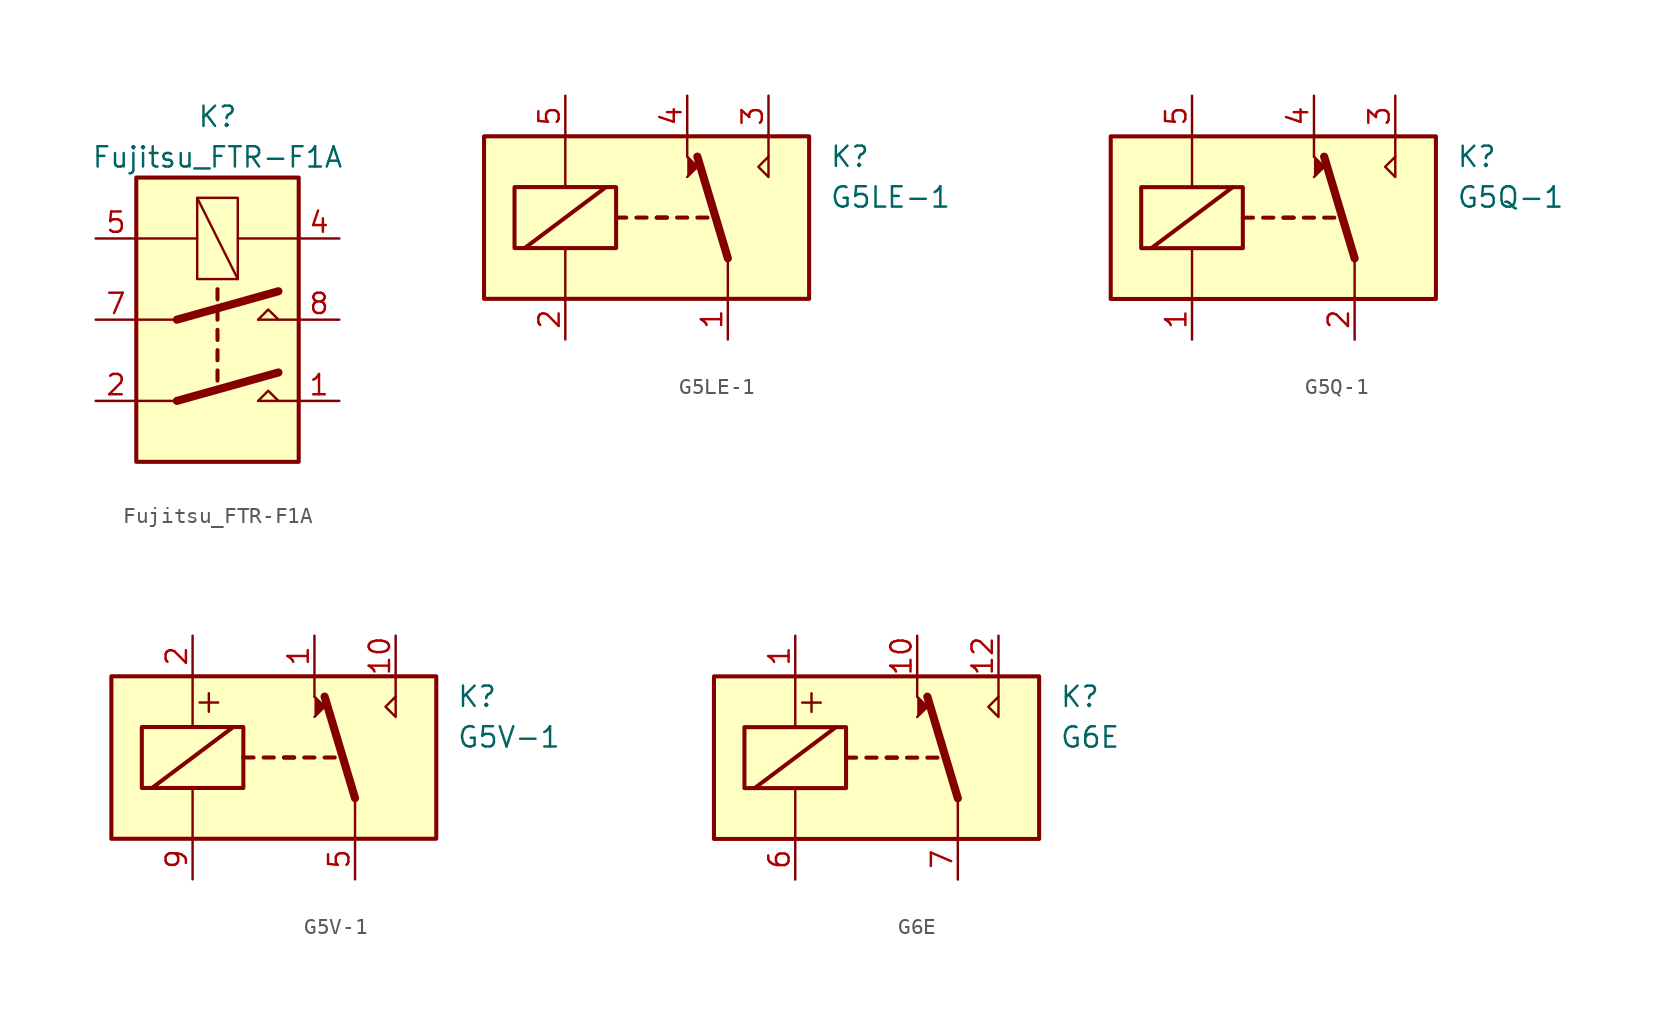
<source format=kicad_sym>
(kicad_symbol_lib
  (version 20201005)
  (generator kicad_symbol_editor)
  (symbol "Fujitsu_FTR-F1A"
    (property "Reference" "K"
      (at 0 12.7 0)
      (effects (font (size 1.27 1.27))))
    (property "Value" "Fujitsu_FTR-F1A"
      (at 0 10.16 0)
      (effects (font (size 1.27 1.27))))
    (symbol "Fujitsu_FTR-F1A_0_1"
      (rectangle (start -1.27 7.62) (end 1.27 2.54) (stroke (width 0)) (fill (type none)))
      (polyline (pts (xy -1.27 7.62) (xy 1.27 2.54)) (stroke (width 0)) (fill (type none))))
    (symbol "Fujitsu_FTR-F1A_1_1"
      (rectangle (start 5.08 8.89) (end -5.08 -8.89) (stroke (width 0.254)) (fill (type background)))
      (polyline (pts (xy -2.54 -5.08) (xy -5.08 -5.08)) (stroke (width 0)) (fill (type none)))
      (polyline (pts (xy -2.54 -5.08) (xy 3.81 -3.302)) (stroke (width 0.508)) (fill (type none)))
      (polyline (pts (xy -2.54 0) (xy -5.08 0)) (stroke (width 0)) (fill (type none)))
      (polyline (pts (xy -2.54 0) (xy 3.81 1.778)) (stroke (width 0.508)) (fill (type none)))
      (polyline (pts (xy 0 -3.175) (xy 0 -3.81)) (stroke (width 0.254)) (fill (type none)))
      (polyline (pts (xy 0 -1.905) (xy 0 -2.54)) (stroke (width 0.254)) (fill (type none)))
      (polyline (pts (xy 0 -0.635) (xy 0 -1.27)) (stroke (width 0.254)) (fill (type none)))
      (polyline (pts (xy 0 0.635) (xy 0 0)) (stroke (width 0.254)) (fill (type none)))
      (polyline (pts (xy 0 1.905) (xy 0 1.27)) (stroke (width 0.254)) (fill (type none)))
      (polyline (pts (xy 2.54 -5.08) (xy 5.08 -5.08)) (stroke (width 0)) (fill (type none)))
      (polyline (pts (xy 2.54 0) (xy 5.08 0)) (stroke (width 0)) (fill (type none)))
      (polyline (pts (xy 5.08 5.08) (xy 1.27 5.08)) (stroke (width 0)) (fill (type none)))
      (polyline (pts (xy -5.08 5.08) (xy -1.27 5.08) (xy -1.524 5.08)) (stroke (width 0)) (fill (type none)))
      (polyline (pts (xy 2.54 -5.08) (xy 3.175 -4.445) (xy 3.81 -5.08)) (stroke (width 0)) (fill (type none)))
      (polyline (pts (xy 2.54 0) (xy 3.175 0.635) (xy 3.81 0)) (stroke (width 0)) (fill (type none)))
      (pin passive line (at 7.62 -5.08 180) (length 2.54) (name "~" (effects (font (size 1.27 1.27)))) (number "1" (effects (font (size 1.27 1.27)))))
      (pin passive line (at -7.62 -5.08 0) (length 2.54) (name "~" (effects (font (size 1.27 1.27)))) (number "2" (effects (font (size 1.27 1.27)))))
      (pin passive line (at 7.62 5.08 180) (length 2.54) (name "~" (effects (font (size 1.27 1.27)))) (number "4" (effects (font (size 1.27 1.27)))))
      (pin passive line (at -7.62 5.08 0) (length 2.54) (name "~" (effects (font (size 1.27 1.27)))) (number "5" (effects (font (size 1.27 1.27)))))
      (pin passive line (at -7.62 0 0) (length 2.54) (name "~" (effects (font (size 1.27 1.27)))) (number "7" (effects (font (size 1.27 1.27)))))
      (pin passive line (at 7.62 0 180) (length 2.54) (name "~" (effects (font (size 1.27 1.27)))) (number "8" (effects (font (size 1.27 1.27)))))))
  (symbol "G5LE-1"
    (pin_names
      (offset 1.016))
    (property "Reference" "K"
      (at 11.43 3.81 0)
      (effects (font (size 1.27 1.27)) (justify left)))
    (property "Value" "G5LE-1"
      (at 11.43 1.27 0)
      (effects (font (size 1.27 1.27)) (justify left)))
    (symbol "G5LE-1_0_0"
      (polyline (pts (xy 2.54 3.81) (xy 2.54 5.08)) (stroke (width 0)) (fill (type none)))
      (polyline (pts (xy 7.62 3.81) (xy 7.62 5.08)) (stroke (width 0)) (fill (type none)))
      (polyline (pts (xy 7.62 3.81) (xy 7.62 2.54) (xy 6.985 3.175) (xy 7.62 3.81)) (stroke (width 0)) (fill (type none))))
    (symbol "G5LE-1_0_1"
      (rectangle (start -10.16 5.08) (end 10.16 -5.08) (stroke (width 0.254)) (fill (type background)))
      (rectangle (start -8.255 1.905) (end -1.905 -1.905) (stroke (width 0.254)) (fill (type none)))
      (polyline (pts (xy -7.62 -1.905) (xy -2.54 1.905)) (stroke (width 0.254)) (fill (type none)))
      (polyline (pts (xy -5.08 -5.08) (xy -5.08 -1.905)) (stroke (width 0)) (fill (type none)))
      (polyline (pts (xy -5.08 5.08) (xy -5.08 1.905)) (stroke (width 0)) (fill (type none)))
      (polyline (pts (xy -1.905 0) (xy -1.27 0)) (stroke (width 0.254)) (fill (type none)))
      (polyline (pts (xy -0.635 0) (xy 0 0)) (stroke (width 0.254)) (fill (type none)))
      (polyline (pts (xy 0.635 0) (xy 1.27 0)) (stroke (width 0.254)) (fill (type none)))
      (polyline (pts (xy 0.635 0) (xy 1.27 0)) (stroke (width 0.254)) (fill (type none)))
      (polyline (pts (xy 1.905 0) (xy 2.54 0)) (stroke (width 0.254)) (fill (type none)))
      (polyline (pts (xy 3.175 0) (xy 3.81 0)) (stroke (width 0.254)) (fill (type none)))
      (polyline (pts (xy 5.08 -2.54) (xy 3.175 3.81)) (stroke (width 0.508)) (fill (type none)))
      (polyline (pts (xy 5.08 -2.54) (xy 5.08 -5.08)) (stroke (width 0)) (fill (type none)))
      (polyline (pts (xy 2.54 2.54) (xy 3.175 3.175) (xy 2.54 3.81)) (stroke (width 0)) (fill (type outline))))
    (symbol "G5LE-1_1_1"
      (pin passive line (at 5.08 -7.62 90) (length 2.54) (name "~" (effects (font (size 1.27 1.27)))) (number "1" (effects (font (size 1.27 1.27)))))
      (pin passive line (at -5.08 -7.62 90) (length 2.54) (name "~" (effects (font (size 1.27 1.27)))) (number "2" (effects (font (size 1.27 1.27)))))
      (pin passive line (at 7.62 7.62 270) (length 2.54) (name "~" (effects (font (size 1.27 1.27)))) (number "3" (effects (font (size 1.27 1.27)))))
      (pin passive line (at 2.54 7.62 270) (length 2.54) (name "~" (effects (font (size 1.27 1.27)))) (number "4" (effects (font (size 1.27 1.27)))))
      (pin passive line (at -5.08 7.62 270) (length 2.54) (name "~" (effects (font (size 1.27 1.27)))) (number "5" (effects (font (size 1.27 1.27)))))))
  (symbol "G5Q-1"
    (pin_names
      (offset 1.016))
    (property "Reference" "K"
      (at 11.43 3.81 0)
      (effects (font (size 1.27 1.27)) (justify left)))
    (property "Value" "G5Q-1"
      (at 11.43 1.27 0)
      (effects (font (size 1.27 1.27)) (justify left)))
    (symbol "G5Q-1_0_0"
      (polyline (pts (xy 2.54 3.81) (xy 2.54 5.08)) (stroke (width 0)) (fill (type none)))
      (polyline (pts (xy 7.62 3.81) (xy 7.62 5.08)) (stroke (width 0)) (fill (type none)))
      (polyline (pts (xy 7.62 3.81) (xy 7.62 2.54) (xy 6.985 3.175) (xy 7.62 3.81)) (stroke (width 0)) (fill (type none))))
    (symbol "G5Q-1_0_1"
      (rectangle (start -10.16 5.08) (end 10.16 -5.08) (stroke (width 0.254)) (fill (type background)))
      (rectangle (start -8.255 1.905) (end -1.905 -1.905) (stroke (width 0.254)) (fill (type none)))
      (polyline (pts (xy -7.62 -1.905) (xy -2.54 1.905)) (stroke (width 0.254)) (fill (type none)))
      (polyline (pts (xy -5.08 -5.08) (xy -5.08 -1.905)) (stroke (width 0)) (fill (type none)))
      (polyline (pts (xy -5.08 5.08) (xy -5.08 1.905)) (stroke (width 0)) (fill (type none)))
      (polyline (pts (xy -1.905 0) (xy -1.27 0)) (stroke (width 0.254)) (fill (type none)))
      (polyline (pts (xy -0.635 0) (xy 0 0)) (stroke (width 0.254)) (fill (type none)))
      (polyline (pts (xy 0.635 0) (xy 1.27 0)) (stroke (width 0.254)) (fill (type none)))
      (polyline (pts (xy 0.635 0) (xy 1.27 0)) (stroke (width 0.254)) (fill (type none)))
      (polyline (pts (xy 1.905 0) (xy 2.54 0)) (stroke (width 0.254)) (fill (type none)))
      (polyline (pts (xy 3.175 0) (xy 3.81 0)) (stroke (width 0.254)) (fill (type none)))
      (polyline (pts (xy 5.08 -2.54) (xy 3.175 3.81)) (stroke (width 0.508)) (fill (type none)))
      (polyline (pts (xy 5.08 -2.54) (xy 5.08 -5.08)) (stroke (width 0)) (fill (type none)))
      (polyline (pts (xy 2.54 2.54) (xy 3.175 3.175) (xy 2.54 3.81)) (stroke (width 0)) (fill (type outline))))
    (symbol "G5Q-1_1_1"
      (pin passive line (at -5.08 -7.62 90) (length 2.54) (name "~" (effects (font (size 1.27 1.27)))) (number "1" (effects (font (size 1.27 1.27)))))
      (pin passive line (at 5.08 -7.62 90) (length 2.54) (name "~" (effects (font (size 1.27 1.27)))) (number "2" (effects (font (size 1.27 1.27)))))
      (pin passive line (at 7.62 7.62 270) (length 2.54) (name "~" (effects (font (size 1.27 1.27)))) (number "3" (effects (font (size 1.27 1.27)))))
      (pin passive line (at 2.54 7.62 270) (length 2.54) (name "~" (effects (font (size 1.27 1.27)))) (number "4" (effects (font (size 1.27 1.27)))))
      (pin passive line (at -5.08 7.62 270) (length 2.54) (name "~" (effects (font (size 1.27 1.27)))) (number "5" (effects (font (size 1.27 1.27)))))))
  (symbol "G5V-1"
    (pin_names
      (offset 1.016))
    (property "Reference" "K"
      (at 11.43 3.81 0)
      (effects (font (size 1.27 1.27)) (justify left)))
    (property "Value" "G5V-1"
      (at 11.43 1.27 0)
      (effects (font (size 1.27 1.27)) (justify left)))
    (symbol "G5V-1_0_0"
      (text "+" (at -4.064 3.556 0) (effects (font (size 1.524 1.524))))
      (polyline (pts (xy 2.54 3.81) (xy 2.54 5.08)) (stroke (width 0)) (fill (type none)))
      (polyline (pts (xy 7.62 3.81) (xy 7.62 5.08)) (stroke (width 0)) (fill (type none)))
      (polyline (pts (xy 7.62 3.81) (xy 7.62 2.54) (xy 6.985 3.175) (xy 7.62 3.81)) (stroke (width 0)) (fill (type none))))
    (symbol "G5V-1_0_1"
      (rectangle (start -10.16 5.08) (end 10.16 -5.08) (stroke (width 0.254)) (fill (type background)))
      (rectangle (start -8.255 1.905) (end -1.905 -1.905) (stroke (width 0.254)) (fill (type none)))
      (polyline (pts (xy -7.62 -1.905) (xy -2.54 1.905)) (stroke (width 0.254)) (fill (type none)))
      (polyline (pts (xy -5.08 -5.08) (xy -5.08 -1.905)) (stroke (width 0)) (fill (type none)))
      (polyline (pts (xy -5.08 5.08) (xy -5.08 1.905)) (stroke (width 0)) (fill (type none)))
      (polyline (pts (xy -1.905 0) (xy -1.27 0)) (stroke (width 0.254)) (fill (type none)))
      (polyline (pts (xy -0.635 0) (xy 0 0)) (stroke (width 0.254)) (fill (type none)))
      (polyline (pts (xy 0.635 0) (xy 1.27 0)) (stroke (width 0.254)) (fill (type none)))
      (polyline (pts (xy 0.635 0) (xy 1.27 0)) (stroke (width 0.254)) (fill (type none)))
      (polyline (pts (xy 1.905 0) (xy 2.54 0)) (stroke (width 0.254)) (fill (type none)))
      (polyline (pts (xy 3.175 0) (xy 3.81 0)) (stroke (width 0.254)) (fill (type none)))
      (polyline (pts (xy 5.08 -2.54) (xy 3.175 3.81)) (stroke (width 0.508)) (fill (type none)))
      (polyline (pts (xy 5.08 -2.54) (xy 5.08 -5.08)) (stroke (width 0)) (fill (type none)))
      (polyline (pts (xy 2.54 2.54) (xy 3.175 3.175) (xy 2.54 3.81)) (stroke (width 0)) (fill (type outline))))
    (symbol "G5V-1_1_1"
      (pin passive line (at 2.54 7.62 270) (length 2.54) (name "~" (effects (font (size 1.27 1.27)))) (number "1" (effects (font (size 1.27 1.27)))))
      (pin passive line (at 7.62 7.62 270) (length 2.54) (name "~" (effects (font (size 1.27 1.27)))) (number "10" (effects (font (size 1.27 1.27)))))
      (pin passive line (at -5.08 7.62 270) (length 2.54) (name "~" (effects (font (size 1.27 1.27)))) (number "2" (effects (font (size 1.27 1.27)))))
      (pin passive line (at 5.08 -7.62 90) (length 2.54) (name "~" (effects (font (size 1.27 1.27)))) (number "5" (effects (font (size 1.27 1.27)))))
      (pin passive line (at 5.08 -7.62 90) (length 2.54) hide (name "~" (effects (font (size 1.27 1.27)))) (number "6" (effects (font (size 1.27 1.27)))))
      (pin passive line (at -5.08 -7.62 90) (length 2.54) (name "~" (effects (font (size 1.27 1.27)))) (number "9" (effects (font (size 1.27 1.27)))))))
  (symbol "G6E"
    (pin_names
      (offset 1.016))
    (property "Reference" "K"
      (at 11.43 3.81 0)
      (effects (font (size 1.27 1.27)) (justify left)))
    (property "Value" "G6E"
      (at 11.43 1.27 0)
      (effects (font (size 1.27 1.27)) (justify left)))
    (symbol "G6E_0_0"
      (text "+" (at -4.064 3.556 0) (effects (font (size 1.524 1.524))))
      (polyline (pts (xy 2.54 3.81) (xy 2.54 5.08)) (stroke (width 0)) (fill (type none)))
      (polyline (pts (xy 7.62 3.81) (xy 7.62 5.08)) (stroke (width 0)) (fill (type none)))
      (polyline (pts (xy 7.62 3.81) (xy 7.62 2.54) (xy 6.985 3.175) (xy 7.62 3.81)) (stroke (width 0)) (fill (type none))))
    (symbol "G6E_0_1"
      (rectangle (start -10.16 5.08) (end 10.16 -5.08) (stroke (width 0.254)) (fill (type background)))
      (rectangle (start -8.255 1.905) (end -1.905 -1.905) (stroke (width 0.254)) (fill (type none)))
      (polyline (pts (xy -7.62 -1.905) (xy -2.54 1.905)) (stroke (width 0.254)) (fill (type none)))
      (polyline (pts (xy -5.08 -5.08) (xy -5.08 -1.905)) (stroke (width 0)) (fill (type none)))
      (polyline (pts (xy -5.08 5.08) (xy -5.08 1.905)) (stroke (width 0)) (fill (type none)))
      (polyline (pts (xy -1.905 0) (xy -1.27 0)) (stroke (width 0.254)) (fill (type none)))
      (polyline (pts (xy -0.635 0) (xy 0 0)) (stroke (width 0.254)) (fill (type none)))
      (polyline (pts (xy 0.635 0) (xy 1.27 0)) (stroke (width 0.254)) (fill (type none)))
      (polyline (pts (xy 0.635 0) (xy 1.27 0)) (stroke (width 0.254)) (fill (type none)))
      (polyline (pts (xy 1.905 0) (xy 2.54 0)) (stroke (width 0.254)) (fill (type none)))
      (polyline (pts (xy 3.175 0) (xy 3.81 0)) (stroke (width 0.254)) (fill (type none)))
      (polyline (pts (xy 5.08 -2.54) (xy 3.175 3.81)) (stroke (width 0.508)) (fill (type none)))
      (polyline (pts (xy 5.08 -2.54) (xy 5.08 -5.08)) (stroke (width 0)) (fill (type none)))
      (polyline (pts (xy 2.54 2.54) (xy 3.175 3.175) (xy 2.54 3.81)) (stroke (width 0)) (fill (type outline))))
    (symbol "G6E_1_1"
      (pin passive line (at -5.08 7.62 270) (length 2.54) (name "~" (effects (font (size 1.27 1.27)))) (number "1" (effects (font (size 1.27 1.27)))))
      (pin passive line (at 2.54 7.62 270) (length 2.54) (name "~" (effects (font (size 1.27 1.27)))) (number "10" (effects (font (size 1.27 1.27)))))
      (pin passive line (at 7.62 7.62 270) (length 2.54) (name "~" (effects (font (size 1.27 1.27)))) (number "12" (effects (font (size 1.27 1.27)))))
      (pin passive line (at -5.08 -7.62 90) (length 2.54) (name "~" (effects (font (size 1.27 1.27)))) (number "6" (effects (font (size 1.27 1.27)))))
      (pin passive line (at 5.08 -7.62 90) (length 2.54) (name "~" (effects (font (size 1.27 1.27)))) (number "7" (effects (font (size 1.27 1.27))))))))
</source>
